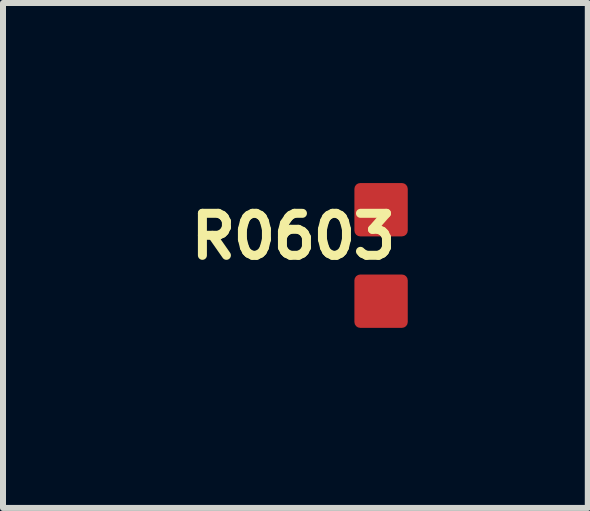
<source format=kicad_pcb>
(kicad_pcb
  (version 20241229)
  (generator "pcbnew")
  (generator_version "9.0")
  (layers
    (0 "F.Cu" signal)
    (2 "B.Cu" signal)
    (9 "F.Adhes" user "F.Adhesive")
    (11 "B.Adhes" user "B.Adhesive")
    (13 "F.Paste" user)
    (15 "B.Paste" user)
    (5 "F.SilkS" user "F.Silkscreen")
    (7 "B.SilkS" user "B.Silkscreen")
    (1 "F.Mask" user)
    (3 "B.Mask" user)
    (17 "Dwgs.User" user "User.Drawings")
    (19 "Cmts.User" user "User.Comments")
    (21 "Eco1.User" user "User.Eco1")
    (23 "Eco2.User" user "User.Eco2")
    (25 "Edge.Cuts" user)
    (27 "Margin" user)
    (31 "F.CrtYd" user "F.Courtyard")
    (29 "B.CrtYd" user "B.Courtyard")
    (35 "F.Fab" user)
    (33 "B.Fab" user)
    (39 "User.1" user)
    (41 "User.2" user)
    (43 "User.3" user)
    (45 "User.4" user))
  (footprint "R0603"
    (layer "F.Cu")
    (at 3.299 1.206)
    (property "Reference" "R0603" (at -1.46 -0.318 180) (layer "F.SilkS") (effects (font (size 0.7 0.7) (thickness 0.15))))
    (attr smd)
    (pad "1" smd roundrect (at 0 -0.762 270) (size 0.889 0.889) (layers "F.Cu" "F.Mask" "F.Paste") (roundrect_rratio 0.11))
    (pad "2" smd roundrect (at 0 0.762 270) (size 0.889 0.889) (layers "F.Cu" "F.Mask" "F.Paste") (roundrect_rratio 0.11)))
  (gr_rect
    (start -3 -3)
    (end 6.743 5.413)
    (stroke (width 0.1) (type default))
    (fill no)
    (layer "Edge.Cuts")))
</source>
